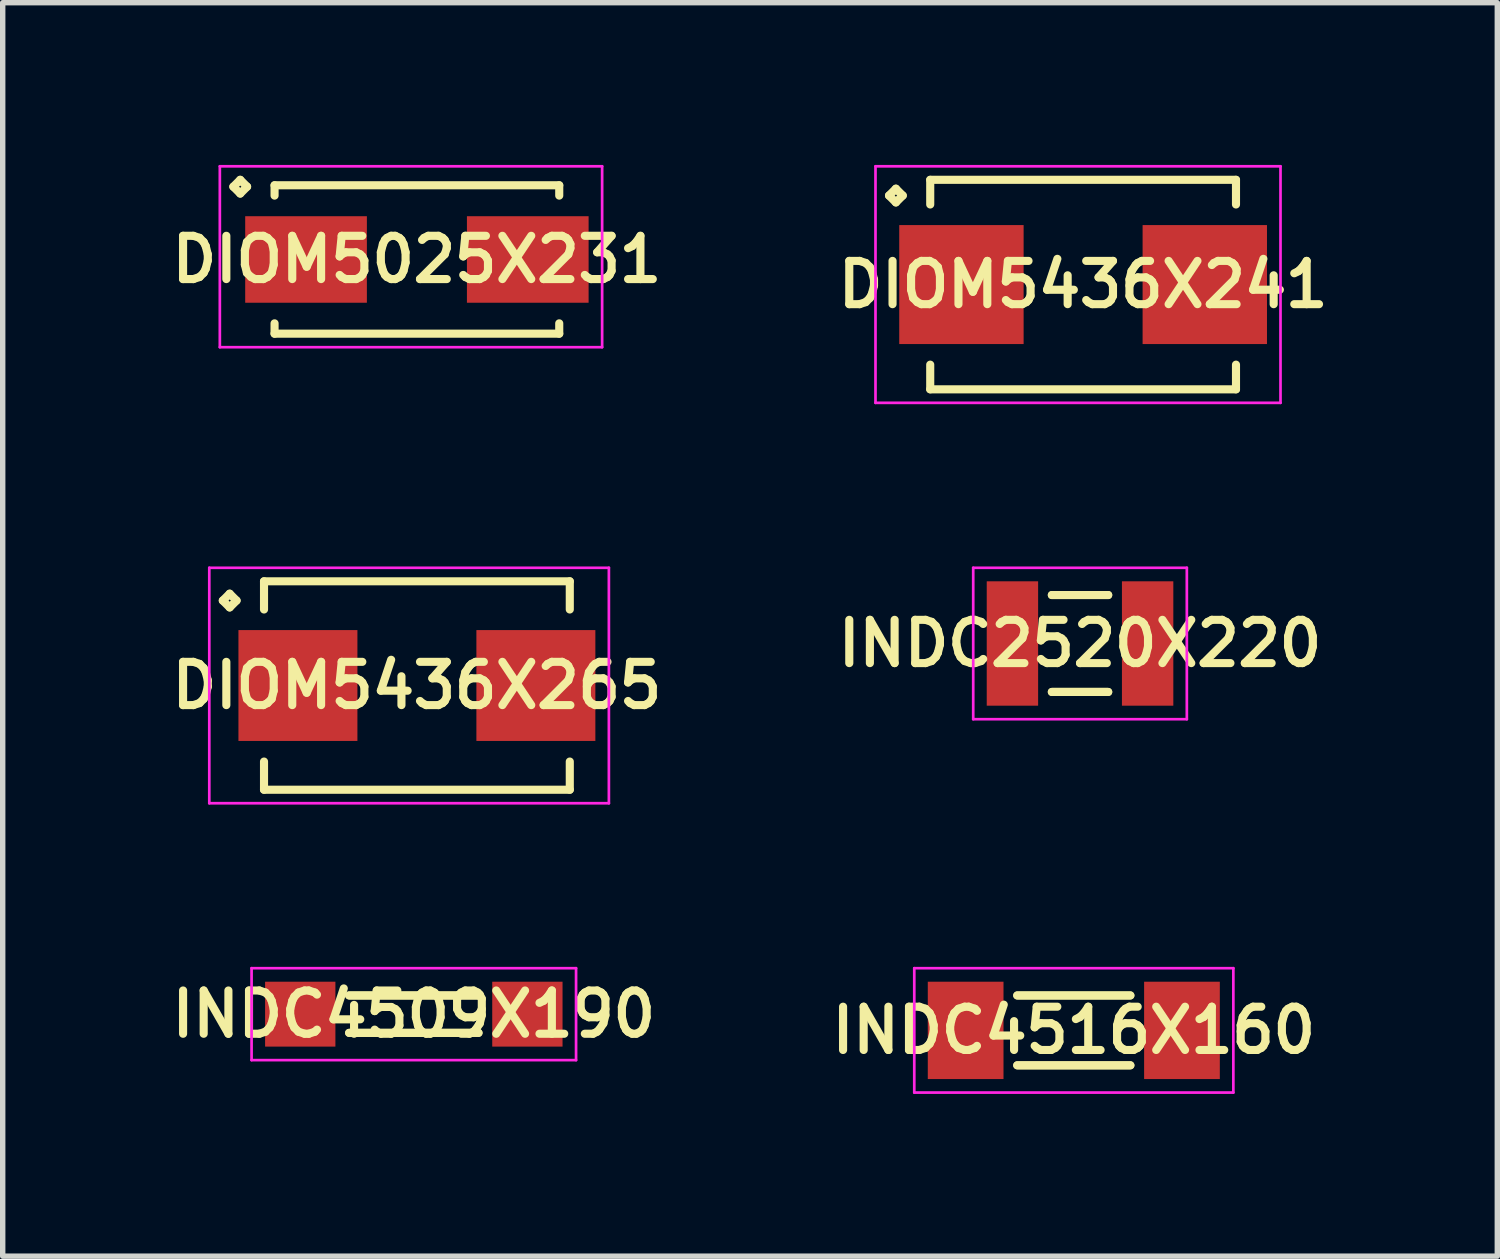
<source format=kicad_pcb>
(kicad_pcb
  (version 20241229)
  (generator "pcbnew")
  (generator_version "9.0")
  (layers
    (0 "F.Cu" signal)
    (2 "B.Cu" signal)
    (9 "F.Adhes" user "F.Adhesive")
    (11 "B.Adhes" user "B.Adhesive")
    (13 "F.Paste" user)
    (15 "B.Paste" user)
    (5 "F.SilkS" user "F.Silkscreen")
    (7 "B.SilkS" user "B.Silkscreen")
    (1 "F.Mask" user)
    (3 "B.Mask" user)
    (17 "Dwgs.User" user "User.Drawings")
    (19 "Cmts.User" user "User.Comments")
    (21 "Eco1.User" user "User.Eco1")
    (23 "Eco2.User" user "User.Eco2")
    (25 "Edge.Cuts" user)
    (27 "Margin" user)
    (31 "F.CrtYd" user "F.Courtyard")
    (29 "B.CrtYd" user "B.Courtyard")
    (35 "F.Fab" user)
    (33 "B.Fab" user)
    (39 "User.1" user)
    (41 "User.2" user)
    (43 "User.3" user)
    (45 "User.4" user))
  (footprint "INDC4516X160"
    (layer "F.Cu")
    (at 16.806 16.003)
    (property "Reference" "INDC4516X160" (at 0 0 0) (layer "F.SilkS") (effects (font (size 0.8 0.8) (thickness 0.15))))
    (attr smd)
    (fp_line (start -1.046 -0.646) (end 1.046 -0.646) (stroke (width 0.15) (type solid)) (layer "F.SilkS"))
    (fp_line (start -1.046 0.646) (end 1.046 0.646) (stroke (width 0.15) (type solid)) (layer "F.SilkS"))
    (fp_line (start 1.046 -0.646) (end -1.046 -0.646) (stroke (width 0.15) (type solid)) (layer "F.SilkS"))
    (fp_line (start 1.046 0.646) (end -1.046 0.646) (stroke (width 0.15) (type solid)) (layer "F.SilkS"))
    (fp_line (start -2.95 -1.15) (end 2.95 -1.15) (stroke (width 0.05) (type solid)) (layer "F.CrtYd"))
    (fp_line (start -2.95 1.15) (end -2.95 -1.15) (stroke (width 0.05) (type solid)) (layer "F.CrtYd"))
    (fp_line (start 2.95 -1.15) (end 2.95 1.15) (stroke (width 0.05) (type solid)) (layer "F.CrtYd"))
    (fp_line (start 2.95 1.15) (end -2.95 1.15) (stroke (width 0.05) (type solid)) (layer "F.CrtYd"))
    (pad "1" smd rect (at -2 0) (size 1.4 1.8) (layers "F.Cu" "F.Mask" "F.Paste"))
    (pad "2" smd rect (at 2 0) (size 1.4 1.8) (layers "F.Cu" "F.Mask" "F.Paste")))
  (footprint "DIOM5436X241"
    (layer "F.Cu")
    (at 16.978 2.212)
    (property "Reference" "DIOM5436X241" (at 0 0 0) (layer "F.SilkS") (effects (font (size 0.8 0.8) (thickness 0.15))))
    (attr smd)
    (fp_line (start -3.589 -1.646) (end -3.462 -1.773) (stroke (width 0.15) (type solid)) (layer "F.SilkS"))
    (fp_line (start -3.462 -1.773) (end -3.335 -1.646) (stroke (width 0.15) (type solid)) (layer "F.SilkS"))
    (fp_line (start -3.462 -1.519) (end -3.589 -1.646) (stroke (width 0.15) (type solid)) (layer "F.SilkS"))
    (fp_line (start -3.335 -1.646) (end -3.462 -1.519) (stroke (width 0.15) (type solid)) (layer "F.SilkS"))
    (fp_line (start -2.827 -1.937) (end 2.827 -1.937) (stroke (width 0.15) (type solid)) (layer "F.SilkS"))
    (fp_line (start -2.827 -1.481) (end -2.827 -1.937) (stroke (width 0.15) (type solid)) (layer "F.SilkS"))
    (fp_line (start -2.827 1.481) (end -2.827 1.937) (stroke (width 0.15) (type solid)) (layer "F.SilkS"))
    (fp_line (start -2.827 1.937) (end 2.827 1.937) (stroke (width 0.15) (type solid)) (layer "F.SilkS"))
    (fp_line (start 2.827 -1.937) (end 2.827 -1.481) (stroke (width 0.15) (type solid)) (layer "F.SilkS"))
    (fp_line (start 2.827 1.937) (end 2.827 1.481) (stroke (width 0.15) (type solid)) (layer "F.SilkS"))
    (fp_line (start -3.839 -2.187) (end 3.65 -2.187) (stroke (width 0.05) (type solid)) (layer "F.CrtYd"))
    (fp_line (start -3.839 2.187) (end -3.839 -2.187) (stroke (width 0.05) (type solid)) (layer "F.CrtYd"))
    (fp_line (start 3.65 -2.187) (end 3.65 2.187) (stroke (width 0.05) (type solid)) (layer "F.CrtYd"))
    (fp_line (start 3.65 2.187) (end -3.839 2.187) (stroke (width 0.05) (type solid)) (layer "F.CrtYd"))
    (pad "1" smd rect (at -2.25 0) (size 2.3 2.2) (layers "F.Cu" "F.Mask" "F.Paste"))
    (pad "2" smd rect (at 2.25 0) (size 2.3 2.2) (layers "F.Cu" "F.Mask" "F.Paste")))
  (footprint "DIOM5025X231"
    (layer "F.Cu")
    (at 4.659 1.748)
    (property "Reference" "DIOM5025X231" (at 0 0 0) (layer "F.SilkS") (effects (font (size 0.8 0.8) (thickness 0.15))))
    (attr smd)
    (fp_line (start -3.394 -1.346) (end -3.267 -1.473) (stroke (width 0.15) (type solid)) (layer "F.SilkS"))
    (fp_line (start -3.267 -1.473) (end -3.14 -1.346) (stroke (width 0.15) (type solid)) (layer "F.SilkS"))
    (fp_line (start -3.267 -1.219) (end -3.394 -1.346) (stroke (width 0.15) (type solid)) (layer "F.SilkS"))
    (fp_line (start -3.14 -1.346) (end -3.267 -1.219) (stroke (width 0.15) (type solid)) (layer "F.SilkS"))
    (fp_line (start -2.632 -1.372) (end 2.632 -1.372) (stroke (width 0.15) (type solid)) (layer "F.SilkS"))
    (fp_line (start -2.632 -1.181) (end -2.632 -1.372) (stroke (width 0.15) (type solid)) (layer "F.SilkS"))
    (fp_line (start -2.632 1.181) (end -2.632 1.372) (stroke (width 0.15) (type solid)) (layer "F.SilkS"))
    (fp_line (start -2.632 1.372) (end 2.632 1.372) (stroke (width 0.15) (type solid)) (layer "F.SilkS"))
    (fp_line (start 2.632 -1.372) (end 2.632 -1.181) (stroke (width 0.15) (type solid)) (layer "F.SilkS"))
    (fp_line (start 2.632 1.372) (end 2.632 1.181) (stroke (width 0.15) (type solid)) (layer "F.SilkS"))
    (fp_line (start -3.644 -1.723) (end 3.425 -1.723) (stroke (width 0.05) (type solid)) (layer "F.CrtYd"))
    (fp_line (start -3.644 1.622) (end -3.644 -1.723) (stroke (width 0.05) (type solid)) (layer "F.CrtYd"))
    (fp_line (start 3.425 -1.723) (end 3.425 1.622) (stroke (width 0.05) (type solid)) (layer "F.CrtYd"))
    (fp_line (start 3.425 1.622) (end -3.644 1.622) (stroke (width 0.05) (type solid)) (layer "F.CrtYd"))
    (pad "1" smd rect (at -2.05 0) (size 2.25 1.6) (layers "F.Cu" "F.Mask" "F.Paste"))
    (pad "2" smd rect (at 2.05 0) (size 2.25 1.6) (layers "F.Cu" "F.Mask" "F.Paste")))
  (footprint "INDC4509X190"
    (layer "F.Cu")
    (at 4.602 15.703)
    (property "Reference" "INDC4509X190" (at 0 0 0) (layer "F.SilkS") (effects (font (size 0.8 0.8) (thickness 0.15))))
    (attr smd)
    (fp_line (start -1.196 -0.346) (end 1.196 -0.346) (stroke (width 0.15) (type solid)) (layer "F.SilkS"))
    (fp_line (start -1.196 0.346) (end 1.196 0.346) (stroke (width 0.15) (type solid)) (layer "F.SilkS"))
    (fp_line (start 1.196 -0.346) (end -1.196 -0.346) (stroke (width 0.15) (type solid)) (layer "F.SilkS"))
    (fp_line (start 1.196 0.346) (end -1.196 0.346) (stroke (width 0.15) (type solid)) (layer "F.SilkS"))
    (fp_line (start -3 -0.85) (end 3 -0.85) (stroke (width 0.05) (type solid)) (layer "F.CrtYd"))
    (fp_line (start -3 0.85) (end -3 -0.85) (stroke (width 0.05) (type solid)) (layer "F.CrtYd"))
    (fp_line (start 3 -0.85) (end 3 0.85) (stroke (width 0.05) (type solid)) (layer "F.CrtYd"))
    (fp_line (start 3 0.85) (end -3 0.85) (stroke (width 0.05) (type solid)) (layer "F.CrtYd"))
    (pad "1" smd rect (at -2.1 0) (size 1.3 1.2) (layers "F.Cu" "F.Mask" "F.Paste"))
    (pad "2" smd rect (at 2.1 0) (size 1.3 1.2) (layers "F.Cu" "F.Mask" "F.Paste")))
  (footprint "INDC2520X220"
    (layer "F.Cu")
    (at 16.921 8.849)
    (property "Reference" "INDC2520X220" (at 0 0 0) (layer "F.SilkS") (effects (font (size 0.8 0.8) (thickness 0.15))))
    (attr smd)
    (fp_line (start -0.521 -0.896) (end 0.521 -0.896) (stroke (width 0.15) (type solid)) (layer "F.SilkS"))
    (fp_line (start -0.521 0.896) (end 0.521 0.896) (stroke (width 0.15) (type solid)) (layer "F.SilkS"))
    (fp_line (start 0.521 -0.896) (end -0.521 -0.896) (stroke (width 0.15) (type solid)) (layer "F.SilkS"))
    (fp_line (start 0.521 0.896) (end -0.521 0.896) (stroke (width 0.15) (type solid)) (layer "F.SilkS"))
    (fp_line (start -1.975 -1.4) (end 1.975 -1.4) (stroke (width 0.05) (type solid)) (layer "F.CrtYd"))
    (fp_line (start -1.975 1.4) (end -1.975 -1.4) (stroke (width 0.05) (type solid)) (layer "F.CrtYd"))
    (fp_line (start 1.975 -1.4) (end 1.975 1.4) (stroke (width 0.05) (type solid)) (layer "F.CrtYd"))
    (fp_line (start 1.975 1.4) (end -1.975 1.4) (stroke (width 0.05) (type solid)) (layer "F.CrtYd"))
    (pad "1" smd rect (at -1.25 0) (size 0.95 2.3) (layers "F.Cu" "F.Mask" "F.Paste"))
    (pad "2" smd rect (at 1.25 0) (size 0.95 2.3) (layers "F.Cu" "F.Mask" "F.Paste")))
  (footprint "DIOM5436X265"
    (layer "F.Cu")
    (at 4.659 9.626)
    (property "Reference" "DIOM5436X265" (at 0 0 0) (layer "F.SilkS") (effects (font (size 0.8 0.8) (thickness 0.15))))
    (attr smd)
    (fp_line (start -3.589 -1.571) (end -3.462 -1.698) (stroke (width 0.15) (type solid)) (layer "F.SilkS"))
    (fp_line (start -3.462 -1.698) (end -3.335 -1.571) (stroke (width 0.15) (type solid)) (layer "F.SilkS"))
    (fp_line (start -3.462 -1.444) (end -3.589 -1.571) (stroke (width 0.15) (type solid)) (layer "F.SilkS"))
    (fp_line (start -3.335 -1.571) (end -3.462 -1.444) (stroke (width 0.15) (type solid)) (layer "F.SilkS"))
    (fp_line (start -2.827 -1.927) (end 2.827 -1.927) (stroke (width 0.15) (type solid)) (layer "F.SilkS"))
    (fp_line (start -2.827 -1.406) (end -2.827 -1.927) (stroke (width 0.15) (type solid)) (layer "F.SilkS"))
    (fp_line (start -2.827 1.406) (end -2.827 1.927) (stroke (width 0.15) (type solid)) (layer "F.SilkS"))
    (fp_line (start -2.827 1.927) (end 2.827 1.927) (stroke (width 0.15) (type solid)) (layer "F.SilkS"))
    (fp_line (start 2.827 -1.927) (end 2.827 -1.406) (stroke (width 0.15) (type solid)) (layer "F.SilkS"))
    (fp_line (start 2.827 1.927) (end 2.827 1.406) (stroke (width 0.15) (type solid)) (layer "F.SilkS"))
    (fp_line (start -3.839 -2.177) (end 3.55 -2.177) (stroke (width 0.05) (type solid)) (layer "F.CrtYd"))
    (fp_line (start -3.839 2.177) (end -3.839 -2.177) (stroke (width 0.05) (type solid)) (layer "F.CrtYd"))
    (fp_line (start 3.55 -2.177) (end 3.55 2.177) (stroke (width 0.05) (type solid)) (layer "F.CrtYd"))
    (fp_line (start 3.55 2.177) (end -3.839 2.177) (stroke (width 0.05) (type solid)) (layer "F.CrtYd"))
    (pad "1" smd rect (at -2.2 0) (size 2.2 2.05) (layers "F.Cu" "F.Mask" "F.Paste"))
    (pad "2" smd rect (at 2.2 0) (size 2.2 2.05) (layers "F.Cu" "F.Mask" "F.Paste")))
  (gr_rect
    (start -3 -3)
    (end 24.637 20.178)
    (stroke (width 0.1) (type default))
    (fill no)
    (layer "Edge.Cuts")))
</source>
